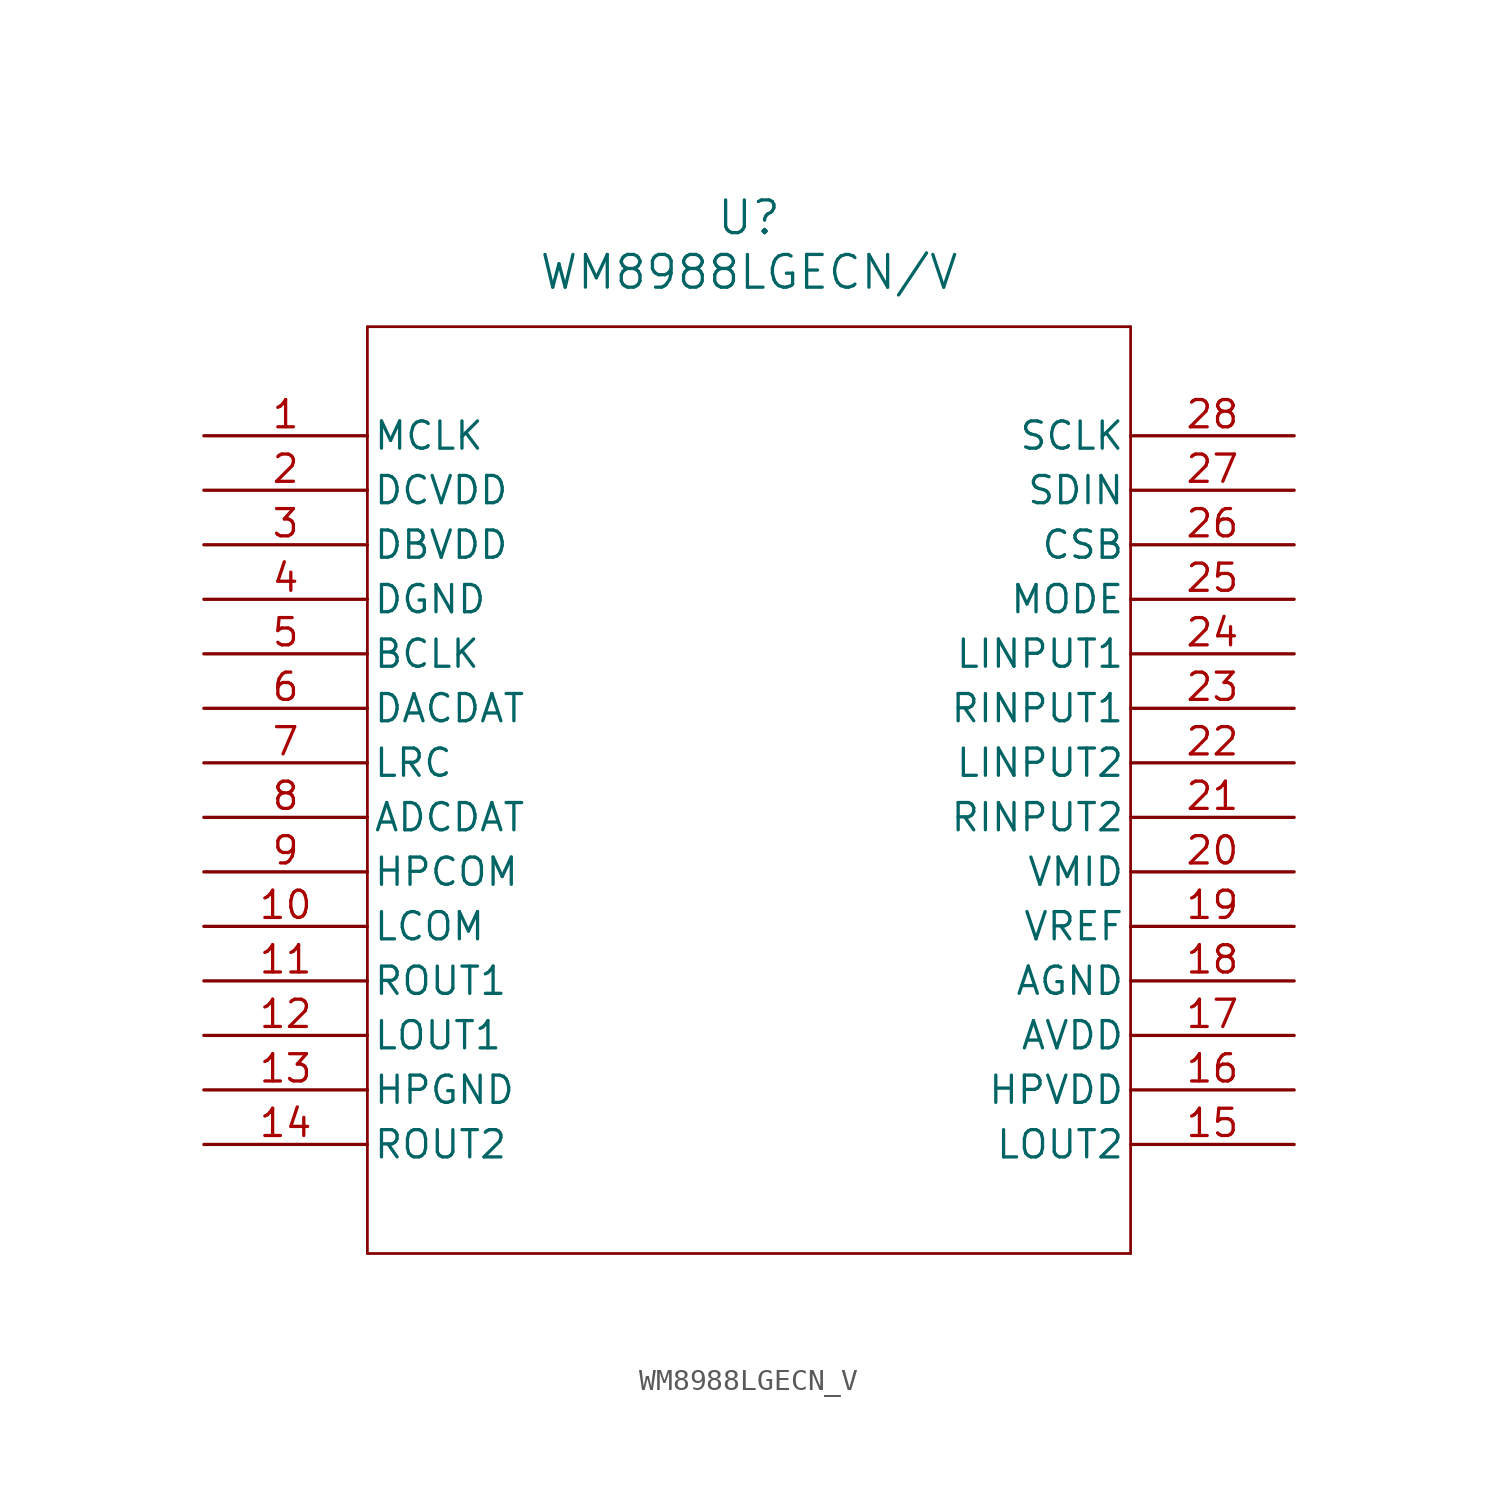
<source format=kicad_sym>
(kicad_symbol_lib
  (version 20211014)
  (generator kicad_symbol_editor)
  (symbol "WM8988LGECN_V"
    (pin_names
      (offset 0.254))
    (property "Reference" "U"
      (at 25.4 10.16 0)
      (effects (font (size 1.524 1.524))))
    (property "Value" "WM8988LGECN/V"
      (at 25.4 7.62 0)
      (effects (font (size 1.524 1.524))))
    (symbol "WM8988LGECN_V_0_1"
      (polyline (pts (xy 7.62 5.08) (xy 7.62 -38.1)) (stroke (width 0.127) (type default) (color 0 0 0 0)) (fill (type none)))
      (polyline (pts (xy 7.62 -38.1) (xy 43.18 -38.1)) (stroke (width 0.127) (type default) (color 0 0 0 0)) (fill (type none)))
      (polyline (pts (xy 43.18 -38.1) (xy 43.18 5.08)) (stroke (width 0.127) (type default) (color 0 0 0 0)) (fill (type none)))
      (polyline (pts (xy 43.18 5.08) (xy 7.62 5.08)) (stroke (width 0.127) (type default) (color 0 0 0 0)) (fill (type none)))
      (pin unspecified line (at 0 0 0) (length 7.62) (name "MCLK" (effects (font (size 1.27 1.27)))) (number "1" (effects (font (size 1.27 1.27)))))
      (pin power_in line (at 0 -2.54 0) (length 7.62) (name "DCVDD" (effects (font (size 1.27 1.27)))) (number "2" (effects (font (size 1.27 1.27)))))
      (pin power_in line (at 0 -5.08 0) (length 7.62) (name "DBVDD" (effects (font (size 1.27 1.27)))) (number "3" (effects (font (size 1.27 1.27)))))
      (pin power_out line (at 0 -7.62 0) (length 7.62) (name "DGND" (effects (font (size 1.27 1.27)))) (number "4" (effects (font (size 1.27 1.27)))))
      (pin unspecified line (at 0 -10.16 0) (length 7.62) (name "BCLK" (effects (font (size 1.27 1.27)))) (number "5" (effects (font (size 1.27 1.27)))))
      (pin unspecified line (at 0 -12.7 0) (length 7.62) (name "DACDAT" (effects (font (size 1.27 1.27)))) (number "6" (effects (font (size 1.27 1.27)))))
      (pin unspecified line (at 0 -15.24 0) (length 7.62) (name "LRC" (effects (font (size 1.27 1.27)))) (number "7" (effects (font (size 1.27 1.27)))))
      (pin unspecified line (at 0 -17.78 0) (length 7.62) (name "ADCDAT" (effects (font (size 1.27 1.27)))) (number "8" (effects (font (size 1.27 1.27)))))
      (pin unspecified line (at 0 -20.32 0) (length 7.62) (name "HPCOM" (effects (font (size 1.27 1.27)))) (number "9" (effects (font (size 1.27 1.27)))))
      (pin unspecified line (at 0 -22.86 0) (length 7.62) (name "LCOM" (effects (font (size 1.27 1.27)))) (number "10" (effects (font (size 1.27 1.27)))))
      (pin output line (at 0 -25.4 0) (length 7.62) (name "ROUT1" (effects (font (size 1.27 1.27)))) (number "11" (effects (font (size 1.27 1.27)))))
      (pin output line (at 0 -27.94 0) (length 7.62) (name "LOUT1" (effects (font (size 1.27 1.27)))) (number "12" (effects (font (size 1.27 1.27)))))
      (pin power_out line (at 0 -30.48 0) (length 7.62) (name "HPGND" (effects (font (size 1.27 1.27)))) (number "13" (effects (font (size 1.27 1.27)))))
      (pin output line (at 0 -33.02 0) (length 7.62) (name "ROUT2" (effects (font (size 1.27 1.27)))) (number "14" (effects (font (size 1.27 1.27)))))
      (pin output line (at 50.8 -33.02 180) (length 7.62) (name "LOUT2" (effects (font (size 1.27 1.27)))) (number "15" (effects (font (size 1.27 1.27)))))
      (pin power_in line (at 50.8 -30.48 180) (length 7.62) (name "HPVDD" (effects (font (size 1.27 1.27)))) (number "16" (effects (font (size 1.27 1.27)))))
      (pin power_in line (at 50.8 -27.94 180) (length 7.62) (name "AVDD" (effects (font (size 1.27 1.27)))) (number "17" (effects (font (size 1.27 1.27)))))
      (pin power_out line (at 50.8 -25.4 180) (length 7.62) (name "AGND" (effects (font (size 1.27 1.27)))) (number "18" (effects (font (size 1.27 1.27)))))
      (pin power_in line (at 50.8 -22.86 180) (length 7.62) (name "VREF" (effects (font (size 1.27 1.27)))) (number "19" (effects (font (size 1.27 1.27)))))
      (pin unspecified line (at 50.8 -20.32 180) (length 7.62) (name "VMID" (effects (font (size 1.27 1.27)))) (number "20" (effects (font (size 1.27 1.27)))))
      (pin bidirectional line (at 50.8 -17.78 180) (length 7.62) (name "RINPUT2" (effects (font (size 1.27 1.27)))) (number "21" (effects (font (size 1.27 1.27)))))
      (pin bidirectional line (at 50.8 -15.24 180) (length 7.62) (name "LINPUT2" (effects (font (size 1.27 1.27)))) (number "22" (effects (font (size 1.27 1.27)))))
      (pin bidirectional line (at 50.8 -12.7 180) (length 7.62) (name "RINPUT1" (effects (font (size 1.27 1.27)))) (number "23" (effects (font (size 1.27 1.27)))))
      (pin bidirectional line (at 50.8 -10.16 180) (length 7.62) (name "LINPUT1" (effects (font (size 1.27 1.27)))) (number "24" (effects (font (size 1.27 1.27)))))
      (pin unspecified line (at 50.8 -7.62 180) (length 7.62) (name "MODE" (effects (font (size 1.27 1.27)))) (number "25" (effects (font (size 1.27 1.27)))))
      (pin unspecified line (at 50.8 -5.08 180) (length 7.62) (name "CSB" (effects (font (size 1.27 1.27)))) (number "26" (effects (font (size 1.27 1.27)))))
      (pin unspecified line (at 50.8 -2.54 180) (length 7.62) (name "SDIN" (effects (font (size 1.27 1.27)))) (number "27" (effects (font (size 1.27 1.27)))))
      (pin unspecified line (at 50.8 0 180) (length 7.62) (name "SCLK" (effects (font (size 1.27 1.27)))) (number "28" (effects (font (size 1.27 1.27))))))))
</source>
